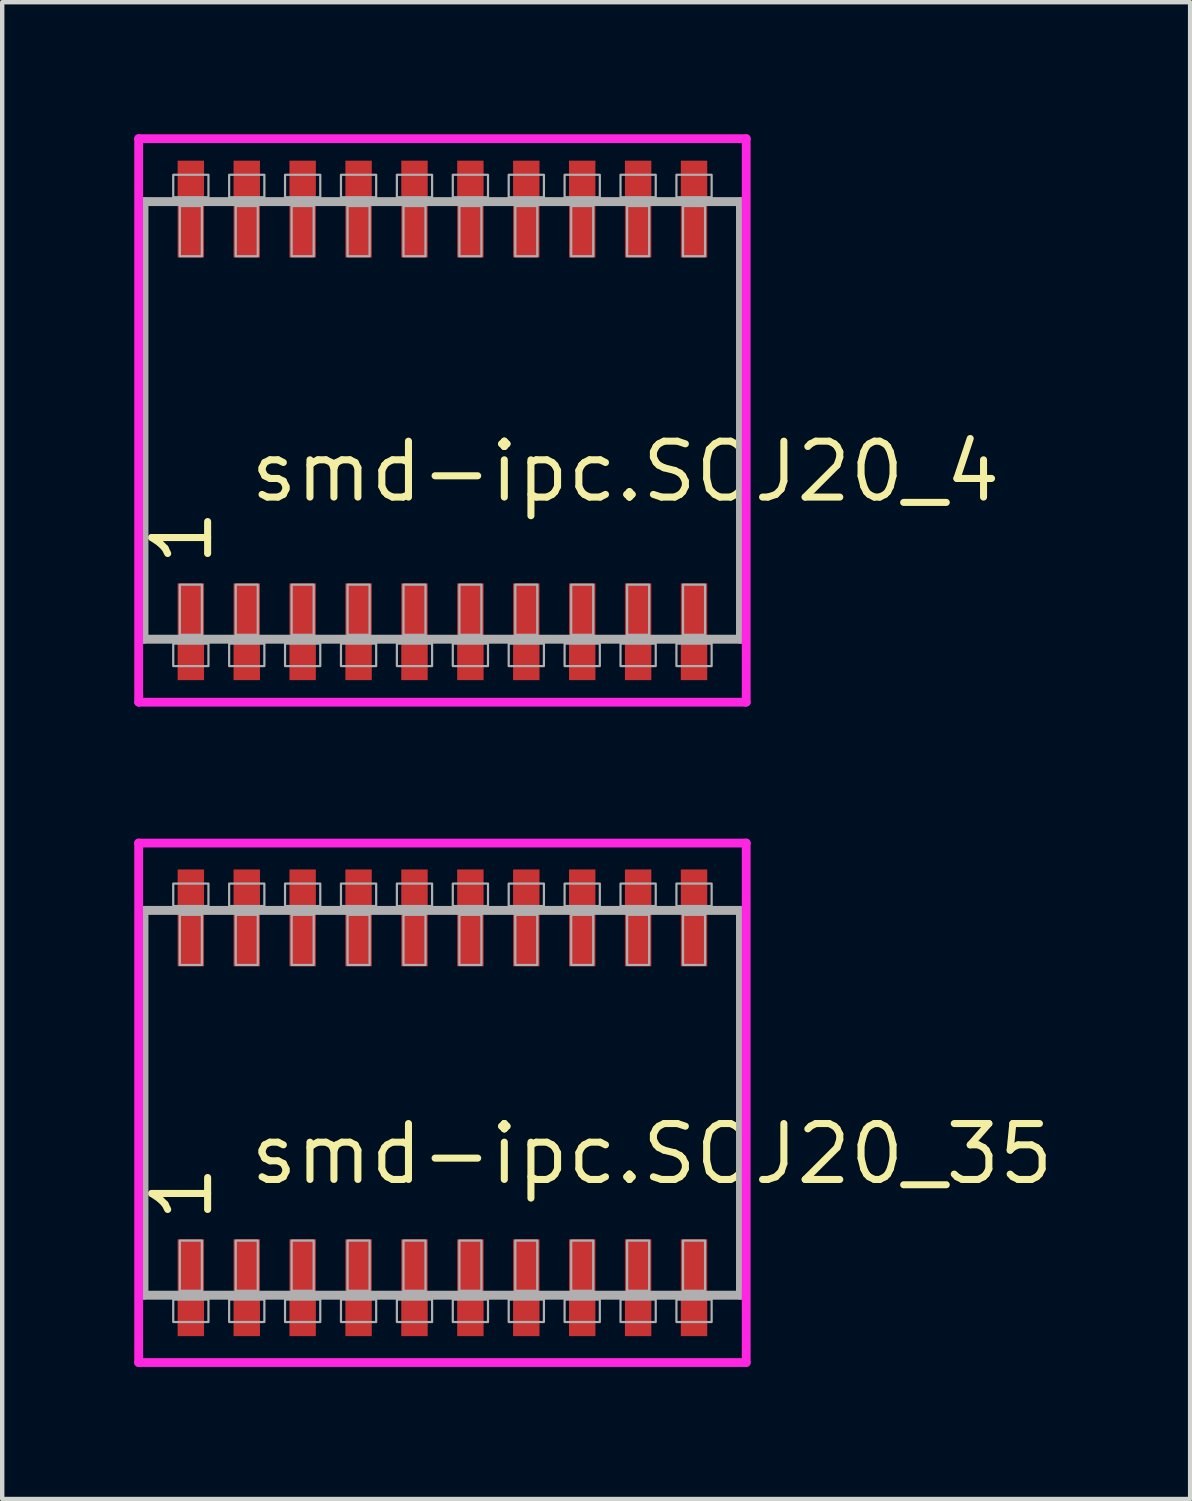
<source format=kicad_pcb>
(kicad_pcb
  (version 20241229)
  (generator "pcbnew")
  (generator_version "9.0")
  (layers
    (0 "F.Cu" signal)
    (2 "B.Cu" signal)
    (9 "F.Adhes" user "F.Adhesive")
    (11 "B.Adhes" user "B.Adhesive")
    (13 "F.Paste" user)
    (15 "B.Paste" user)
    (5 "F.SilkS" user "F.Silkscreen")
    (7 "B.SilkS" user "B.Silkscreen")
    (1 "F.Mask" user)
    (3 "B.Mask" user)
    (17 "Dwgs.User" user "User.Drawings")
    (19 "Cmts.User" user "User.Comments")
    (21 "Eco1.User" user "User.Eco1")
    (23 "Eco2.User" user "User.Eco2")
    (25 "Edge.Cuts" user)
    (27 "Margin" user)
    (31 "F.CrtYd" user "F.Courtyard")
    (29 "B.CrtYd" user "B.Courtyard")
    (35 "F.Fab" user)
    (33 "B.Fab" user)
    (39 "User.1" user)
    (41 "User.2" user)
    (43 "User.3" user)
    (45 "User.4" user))
  (footprint "smd-ipc.SOJ20_4"
    (layer "F.Cu")
    (at 7 6.5)
    (property "Reference" "smd-ipc.SOJ20_4" (at -4.445 1.905 0) (layer "F.SilkS") (effects (font (size 1.27 1.27) (thickness 0.16)) (justify left bottom)))
    (attr smd)
    (fp_line (start -6.9 -6.4) (end 6.9 -6.4) (stroke (width 0.2) (type default)) (layer "F.CrtYd"))
    (fp_line (start -6.9 6.4) (end -6.9 -6.4) (stroke (width 0.2) (type default)) (layer "F.CrtYd"))
    (fp_line (start 6.9 -6.4) (end 6.9 6.4) (stroke (width 0.2) (type default)) (layer "F.CrtYd"))
    (fp_line (start 6.9 6.4) (end -6.9 6.4) (stroke (width 0.2) (type default)) (layer "F.CrtYd"))
    (fp_line (start -6.78 -4.97) (end 6.77 -4.97) (stroke (width 0.203) (type default)) (layer "F.Fab"))
    (fp_line (start -6.78 4.97) (end -6.78 -4.97) (stroke (width 0.203) (type default)) (layer "F.Fab"))
    (fp_line (start 6.77 -4.97) (end 6.77 4.97) (stroke (width 0.203) (type default)) (layer "F.Fab"))
    (fp_line (start 6.77 4.97) (end -6.78 4.97) (stroke (width 0.203) (type default)) (layer "F.Fab"))
    (fp_rect (start -6.115 -5.07) (end -5.315 -5.58) (stroke (width 0.05) (type default)) (fill no) (layer "F.Fab"))
    (fp_rect (start -6.115 5.58) (end -5.315 5.07) (stroke (width 0.05) (type default)) (fill no) (layer "F.Fab"))
    (fp_rect (start -5.965 -3.73) (end -5.465 -4.87) (stroke (width 0.05) (type default)) (fill no) (layer "F.Fab"))
    (fp_rect (start -5.965 4.87) (end -5.465 3.73) (stroke (width 0.05) (type default)) (fill no) (layer "F.Fab"))
    (fp_rect (start -4.845 -5.07) (end -4.045 -5.58) (stroke (width 0.05) (type default)) (fill no) (layer "F.Fab"))
    (fp_rect (start -4.845 5.58) (end -4.045 5.07) (stroke (width 0.05) (type default)) (fill no) (layer "F.Fab"))
    (fp_rect (start -4.695 -3.73) (end -4.195 -4.87) (stroke (width 0.05) (type default)) (fill no) (layer "F.Fab"))
    (fp_rect (start -4.695 4.87) (end -4.195 3.73) (stroke (width 0.05) (type default)) (fill no) (layer "F.Fab"))
    (fp_rect (start -3.575 -5.07) (end -2.775 -5.58) (stroke (width 0.05) (type default)) (fill no) (layer "F.Fab"))
    (fp_rect (start -3.575 5.58) (end -2.775 5.07) (stroke (width 0.05) (type default)) (fill no) (layer "F.Fab"))
    (fp_rect (start -3.425 -3.73) (end -2.925 -4.87) (stroke (width 0.05) (type default)) (fill no) (layer "F.Fab"))
    (fp_rect (start -3.425 4.87) (end -2.925 3.73) (stroke (width 0.05) (type default)) (fill no) (layer "F.Fab"))
    (fp_rect (start -2.305 -5.07) (end -1.505 -5.58) (stroke (width 0.05) (type default)) (fill no) (layer "F.Fab"))
    (fp_rect (start -2.305 5.58) (end -1.505 5.07) (stroke (width 0.05) (type default)) (fill no) (layer "F.Fab"))
    (fp_rect (start -2.155 -3.73) (end -1.655 -4.87) (stroke (width 0.05) (type default)) (fill no) (layer "F.Fab"))
    (fp_rect (start -2.155 4.87) (end -1.655 3.73) (stroke (width 0.05) (type default)) (fill no) (layer "F.Fab"))
    (fp_rect (start -1.035 -5.07) (end -0.235 -5.58) (stroke (width 0.05) (type default)) (fill no) (layer "F.Fab"))
    (fp_rect (start -1.035 5.58) (end -0.235 5.07) (stroke (width 0.05) (type default)) (fill no) (layer "F.Fab"))
    (fp_rect (start -0.885 -3.73) (end -0.385 -4.87) (stroke (width 0.05) (type default)) (fill no) (layer "F.Fab"))
    (fp_rect (start -0.885 4.87) (end -0.385 3.73) (stroke (width 0.05) (type default)) (fill no) (layer "F.Fab"))
    (fp_rect (start 0.235 -5.07) (end 1.035 -5.58) (stroke (width 0.05) (type default)) (fill no) (layer "F.Fab"))
    (fp_rect (start 0.235 5.58) (end 1.035 5.07) (stroke (width 0.05) (type default)) (fill no) (layer "F.Fab"))
    (fp_rect (start 0.385 -3.73) (end 0.885 -4.87) (stroke (width 0.05) (type default)) (fill no) (layer "F.Fab"))
    (fp_rect (start 0.385 4.87) (end 0.885 3.73) (stroke (width 0.05) (type default)) (fill no) (layer "F.Fab"))
    (fp_rect (start 1.505 -5.07) (end 2.305 -5.58) (stroke (width 0.05) (type default)) (fill no) (layer "F.Fab"))
    (fp_rect (start 1.505 5.58) (end 2.305 5.07) (stroke (width 0.05) (type default)) (fill no) (layer "F.Fab"))
    (fp_rect (start 1.655 -3.73) (end 2.155 -4.87) (stroke (width 0.05) (type default)) (fill no) (layer "F.Fab"))
    (fp_rect (start 1.655 4.87) (end 2.155 3.73) (stroke (width 0.05) (type default)) (fill no) (layer "F.Fab"))
    (fp_rect (start 2.775 -5.07) (end 3.575 -5.58) (stroke (width 0.05) (type default)) (fill no) (layer "F.Fab"))
    (fp_rect (start 2.775 5.58) (end 3.575 5.07) (stroke (width 0.05) (type default)) (fill no) (layer "F.Fab"))
    (fp_rect (start 2.925 -3.73) (end 3.425 -4.87) (stroke (width 0.05) (type default)) (fill no) (layer "F.Fab"))
    (fp_rect (start 2.925 4.87) (end 3.425 3.73) (stroke (width 0.05) (type default)) (fill no) (layer "F.Fab"))
    (fp_rect (start 4.045 -5.07) (end 4.845 -5.58) (stroke (width 0.05) (type default)) (fill no) (layer "F.Fab"))
    (fp_rect (start 4.045 5.58) (end 4.845 5.07) (stroke (width 0.05) (type default)) (fill no) (layer "F.Fab"))
    (fp_rect (start 4.195 -3.73) (end 4.695 -4.87) (stroke (width 0.05) (type default)) (fill no) (layer "F.Fab"))
    (fp_rect (start 4.195 4.87) (end 4.695 3.73) (stroke (width 0.05) (type default)) (fill no) (layer "F.Fab"))
    (fp_rect (start 5.315 -5.07) (end 6.115 -5.58) (stroke (width 0.05) (type default)) (fill no) (layer "F.Fab"))
    (fp_rect (start 5.315 5.58) (end 6.115 5.07) (stroke (width 0.05) (type default)) (fill no) (layer "F.Fab"))
    (fp_rect (start 5.465 -3.73) (end 5.965 -4.87) (stroke (width 0.05) (type default)) (fill no) (layer "F.Fab"))
    (fp_rect (start 5.465 4.87) (end 5.965 3.73) (stroke (width 0.05) (type default)) (fill no) (layer "F.Fab"))
    (fp_text user "1" (at -5.17 3.37 90) (layer "F.SilkS") (effects (font (size 1.27 1.27) (thickness 0.16)) (justify left bottom)))
    (pad "1" smd roundrect (at -5.715 4.8) (size 0.6 2.2) (layers "F.Cu" "F.Mask" "F.Paste") (roundrect_rratio 0.01))
    (pad "2" smd roundrect (at -4.445 4.8) (size 0.6 2.2) (layers "F.Cu" "F.Mask" "F.Paste") (roundrect_rratio 0.01))
    (pad "3" smd roundrect (at -3.175 4.8) (size 0.6 2.2) (layers "F.Cu" "F.Mask" "F.Paste") (roundrect_rratio 0.01))
    (pad "4" smd roundrect (at -1.905 4.8) (size 0.6 2.2) (layers "F.Cu" "F.Mask" "F.Paste") (roundrect_rratio 0.01))
    (pad "5" smd roundrect (at -0.635 4.8) (size 0.6 2.2) (layers "F.Cu" "F.Mask" "F.Paste") (roundrect_rratio 0.01))
    (pad "6" smd roundrect (at 0.635 4.8) (size 0.6 2.2) (layers "F.Cu" "F.Mask" "F.Paste") (roundrect_rratio 0.01))
    (pad "7" smd roundrect (at 1.905 4.8) (size 0.6 2.2) (layers "F.Cu" "F.Mask" "F.Paste") (roundrect_rratio 0.01))
    (pad "8" smd roundrect (at 3.175 4.8) (size 0.6 2.2) (layers "F.Cu" "F.Mask" "F.Paste") (roundrect_rratio 0.01))
    (pad "9" smd roundrect (at 4.445 4.8) (size 0.6 2.2) (layers "F.Cu" "F.Mask" "F.Paste") (roundrect_rratio 0.01))
    (pad "10" smd roundrect (at 5.715 4.8) (size 0.6 2.2) (layers "F.Cu" "F.Mask" "F.Paste") (roundrect_rratio 0.01))
    (pad "11" smd roundrect (at 5.715 -4.8) (size 0.6 2.2) (layers "F.Cu" "F.Mask" "F.Paste") (roundrect_rratio 0.01))
    (pad "12" smd roundrect (at 4.445 -4.8) (size 0.6 2.2) (layers "F.Cu" "F.Mask" "F.Paste") (roundrect_rratio 0.01))
    (pad "13" smd roundrect (at 3.175 -4.8) (size 0.6 2.2) (layers "F.Cu" "F.Mask" "F.Paste") (roundrect_rratio 0.01))
    (pad "14" smd roundrect (at 1.905 -4.8) (size 0.6 2.2) (layers "F.Cu" "F.Mask" "F.Paste") (roundrect_rratio 0.01))
    (pad "15" smd roundrect (at 0.635 -4.8) (size 0.6 2.2) (layers "F.Cu" "F.Mask" "F.Paste") (roundrect_rratio 0.01))
    (pad "16" smd roundrect (at -0.635 -4.8) (size 0.6 2.2) (layers "F.Cu" "F.Mask" "F.Paste") (roundrect_rratio 0.01))
    (pad "17" smd roundrect (at -1.905 -4.8) (size 0.6 2.2) (layers "F.Cu" "F.Mask" "F.Paste") (roundrect_rratio 0.01))
    (pad "18" smd roundrect (at -3.175 -4.8) (size 0.6 2.2) (layers "F.Cu" "F.Mask" "F.Paste") (roundrect_rratio 0.01))
    (pad "19" smd roundrect (at -4.445 -4.8) (size 0.6 2.2) (layers "F.Cu" "F.Mask" "F.Paste") (roundrect_rratio 0.01))
    (pad "20" smd roundrect (at -5.715 -4.8) (size 0.6 2.2) (layers "F.Cu" "F.Mask" "F.Paste") (roundrect_rratio 0.01)))
  (footprint "smd-ipc.SOJ20_35"
    (layer "F.Cu")
    (at 7 22)
    (property "Reference" "smd-ipc.SOJ20_35" (at -4.445 1.905 0) (layer "F.SilkS") (effects (font (size 1.27 1.27) (thickness 0.16)) (justify left bottom)))
    (attr smd)
    (fp_line (start -6.9 -5.9) (end 6.9 -5.9) (stroke (width 0.2) (type default)) (layer "F.CrtYd"))
    (fp_line (start -6.9 5.9) (end -6.9 -5.9) (stroke (width 0.2) (type default)) (layer "F.CrtYd"))
    (fp_line (start 6.9 -5.9) (end 6.9 5.9) (stroke (width 0.2) (type default)) (layer "F.CrtYd"))
    (fp_line (start 6.9 5.9) (end -6.9 5.9) (stroke (width 0.2) (type default)) (layer "F.CrtYd"))
    (fp_line (start -6.78 -4.37) (end 6.77 -4.37) (stroke (width 0.203) (type default)) (layer "F.Fab"))
    (fp_line (start -6.78 4.37) (end -6.78 -4.37) (stroke (width 0.203) (type default)) (layer "F.Fab"))
    (fp_line (start 6.77 -4.37) (end 6.77 4.37) (stroke (width 0.203) (type default)) (layer "F.Fab"))
    (fp_line (start 6.77 4.37) (end -6.78 4.37) (stroke (width 0.203) (type default)) (layer "F.Fab"))
    (fp_rect (start -6.115 -4.47) (end -5.315 -4.98) (stroke (width 0.05) (type default)) (fill no) (layer "F.Fab"))
    (fp_rect (start -6.115 4.98) (end -5.315 4.47) (stroke (width 0.05) (type default)) (fill no) (layer "F.Fab"))
    (fp_rect (start -5.965 -3.13) (end -5.465 -4.27) (stroke (width 0.05) (type default)) (fill no) (layer "F.Fab"))
    (fp_rect (start -5.965 4.27) (end -5.465 3.13) (stroke (width 0.05) (type default)) (fill no) (layer "F.Fab"))
    (fp_rect (start -4.845 -4.47) (end -4.045 -4.98) (stroke (width 0.05) (type default)) (fill no) (layer "F.Fab"))
    (fp_rect (start -4.845 4.98) (end -4.045 4.47) (stroke (width 0.05) (type default)) (fill no) (layer "F.Fab"))
    (fp_rect (start -4.695 -3.13) (end -4.195 -4.27) (stroke (width 0.05) (type default)) (fill no) (layer "F.Fab"))
    (fp_rect (start -4.695 4.27) (end -4.195 3.13) (stroke (width 0.05) (type default)) (fill no) (layer "F.Fab"))
    (fp_rect (start -3.575 -4.47) (end -2.775 -4.98) (stroke (width 0.05) (type default)) (fill no) (layer "F.Fab"))
    (fp_rect (start -3.575 4.98) (end -2.775 4.47) (stroke (width 0.05) (type default)) (fill no) (layer "F.Fab"))
    (fp_rect (start -3.425 -3.13) (end -2.925 -4.27) (stroke (width 0.05) (type default)) (fill no) (layer "F.Fab"))
    (fp_rect (start -3.425 4.27) (end -2.925 3.13) (stroke (width 0.05) (type default)) (fill no) (layer "F.Fab"))
    (fp_rect (start -2.305 -4.47) (end -1.505 -4.98) (stroke (width 0.05) (type default)) (fill no) (layer "F.Fab"))
    (fp_rect (start -2.305 4.98) (end -1.505 4.47) (stroke (width 0.05) (type default)) (fill no) (layer "F.Fab"))
    (fp_rect (start -2.155 -3.13) (end -1.655 -4.27) (stroke (width 0.05) (type default)) (fill no) (layer "F.Fab"))
    (fp_rect (start -2.155 4.27) (end -1.655 3.13) (stroke (width 0.05) (type default)) (fill no) (layer "F.Fab"))
    (fp_rect (start -1.035 -4.47) (end -0.235 -4.98) (stroke (width 0.05) (type default)) (fill no) (layer "F.Fab"))
    (fp_rect (start -1.035 4.98) (end -0.235 4.47) (stroke (width 0.05) (type default)) (fill no) (layer "F.Fab"))
    (fp_rect (start -0.885 -3.13) (end -0.385 -4.27) (stroke (width 0.05) (type default)) (fill no) (layer "F.Fab"))
    (fp_rect (start -0.885 4.27) (end -0.385 3.13) (stroke (width 0.05) (type default)) (fill no) (layer "F.Fab"))
    (fp_rect (start 0.235 -4.47) (end 1.035 -4.98) (stroke (width 0.05) (type default)) (fill no) (layer "F.Fab"))
    (fp_rect (start 0.235 4.98) (end 1.035 4.47) (stroke (width 0.05) (type default)) (fill no) (layer "F.Fab"))
    (fp_rect (start 0.385 -3.13) (end 0.885 -4.27) (stroke (width 0.05) (type default)) (fill no) (layer "F.Fab"))
    (fp_rect (start 0.385 4.27) (end 0.885 3.13) (stroke (width 0.05) (type default)) (fill no) (layer "F.Fab"))
    (fp_rect (start 1.505 -4.47) (end 2.305 -4.98) (stroke (width 0.05) (type default)) (fill no) (layer "F.Fab"))
    (fp_rect (start 1.505 4.98) (end 2.305 4.47) (stroke (width 0.05) (type default)) (fill no) (layer "F.Fab"))
    (fp_rect (start 1.655 -3.13) (end 2.155 -4.27) (stroke (width 0.05) (type default)) (fill no) (layer "F.Fab"))
    (fp_rect (start 1.655 4.27) (end 2.155 3.13) (stroke (width 0.05) (type default)) (fill no) (layer "F.Fab"))
    (fp_rect (start 2.775 -4.47) (end 3.575 -4.98) (stroke (width 0.05) (type default)) (fill no) (layer "F.Fab"))
    (fp_rect (start 2.775 4.98) (end 3.575 4.47) (stroke (width 0.05) (type default)) (fill no) (layer "F.Fab"))
    (fp_rect (start 2.925 -3.13) (end 3.425 -4.27) (stroke (width 0.05) (type default)) (fill no) (layer "F.Fab"))
    (fp_rect (start 2.925 4.27) (end 3.425 3.13) (stroke (width 0.05) (type default)) (fill no) (layer "F.Fab"))
    (fp_rect (start 4.045 -4.47) (end 4.845 -4.98) (stroke (width 0.05) (type default)) (fill no) (layer "F.Fab"))
    (fp_rect (start 4.045 4.98) (end 4.845 4.47) (stroke (width 0.05) (type default)) (fill no) (layer "F.Fab"))
    (fp_rect (start 4.195 -3.13) (end 4.695 -4.27) (stroke (width 0.05) (type default)) (fill no) (layer "F.Fab"))
    (fp_rect (start 4.195 4.27) (end 4.695 3.13) (stroke (width 0.05) (type default)) (fill no) (layer "F.Fab"))
    (fp_rect (start 5.315 -4.47) (end 6.115 -4.98) (stroke (width 0.05) (type default)) (fill no) (layer "F.Fab"))
    (fp_rect (start 5.315 4.98) (end 6.115 4.47) (stroke (width 0.05) (type default)) (fill no) (layer "F.Fab"))
    (fp_rect (start 5.465 -3.13) (end 5.965 -4.27) (stroke (width 0.05) (type default)) (fill no) (layer "F.Fab"))
    (fp_rect (start 5.465 4.27) (end 5.965 3.13) (stroke (width 0.05) (type default)) (fill no) (layer "F.Fab"))
    (fp_text user "1" (at -5.17 2.77 90) (layer "F.SilkS") (effects (font (size 1.27 1.27) (thickness 0.16)) (justify left bottom)))
    (pad "1" smd roundrect (at -5.715 4.2) (size 0.6 2.2) (layers "F.Cu" "F.Mask" "F.Paste") (roundrect_rratio 0.01))
    (pad "2" smd roundrect (at -4.445 4.2) (size 0.6 2.2) (layers "F.Cu" "F.Mask" "F.Paste") (roundrect_rratio 0.01))
    (pad "3" smd roundrect (at -3.175 4.2) (size 0.6 2.2) (layers "F.Cu" "F.Mask" "F.Paste") (roundrect_rratio 0.01))
    (pad "4" smd roundrect (at -1.905 4.2) (size 0.6 2.2) (layers "F.Cu" "F.Mask" "F.Paste") (roundrect_rratio 0.01))
    (pad "5" smd roundrect (at -0.635 4.2) (size 0.6 2.2) (layers "F.Cu" "F.Mask" "F.Paste") (roundrect_rratio 0.01))
    (pad "6" smd roundrect (at 0.635 4.2) (size 0.6 2.2) (layers "F.Cu" "F.Mask" "F.Paste") (roundrect_rratio 0.01))
    (pad "7" smd roundrect (at 1.905 4.2) (size 0.6 2.2) (layers "F.Cu" "F.Mask" "F.Paste") (roundrect_rratio 0.01))
    (pad "8" smd roundrect (at 3.175 4.2) (size 0.6 2.2) (layers "F.Cu" "F.Mask" "F.Paste") (roundrect_rratio 0.01))
    (pad "9" smd roundrect (at 4.445 4.2) (size 0.6 2.2) (layers "F.Cu" "F.Mask" "F.Paste") (roundrect_rratio 0.01))
    (pad "10" smd roundrect (at 5.715 4.2) (size 0.6 2.2) (layers "F.Cu" "F.Mask" "F.Paste") (roundrect_rratio 0.01))
    (pad "11" smd roundrect (at 5.715 -4.2) (size 0.6 2.2) (layers "F.Cu" "F.Mask" "F.Paste") (roundrect_rratio 0.01))
    (pad "12" smd roundrect (at 4.445 -4.2) (size 0.6 2.2) (layers "F.Cu" "F.Mask" "F.Paste") (roundrect_rratio 0.01))
    (pad "13" smd roundrect (at 3.175 -4.2) (size 0.6 2.2) (layers "F.Cu" "F.Mask" "F.Paste") (roundrect_rratio 0.01))
    (pad "14" smd roundrect (at 1.905 -4.2) (size 0.6 2.2) (layers "F.Cu" "F.Mask" "F.Paste") (roundrect_rratio 0.01))
    (pad "15" smd roundrect (at 0.635 -4.2) (size 0.6 2.2) (layers "F.Cu" "F.Mask" "F.Paste") (roundrect_rratio 0.01))
    (pad "16" smd roundrect (at -0.635 -4.2) (size 0.6 2.2) (layers "F.Cu" "F.Mask" "F.Paste") (roundrect_rratio 0.01))
    (pad "17" smd roundrect (at -1.905 -4.2) (size 0.6 2.2) (layers "F.Cu" "F.Mask" "F.Paste") (roundrect_rratio 0.01))
    (pad "18" smd roundrect (at -3.175 -4.2) (size 0.6 2.2) (layers "F.Cu" "F.Mask" "F.Paste") (roundrect_rratio 0.01))
    (pad "19" smd roundrect (at -4.445 -4.2) (size 0.6 2.2) (layers "F.Cu" "F.Mask" "F.Paste") (roundrect_rratio 0.01))
    (pad "20" smd roundrect (at -5.715 -4.2) (size 0.6 2.2) (layers "F.Cu" "F.Mask" "F.Paste") (roundrect_rratio 0.01)))
  (gr_rect
    (start -3 -3)
    (end 23.984 31)
    (stroke (width 0.1) (type default))
    (fill no)
    (layer "Edge.Cuts")))
</source>
